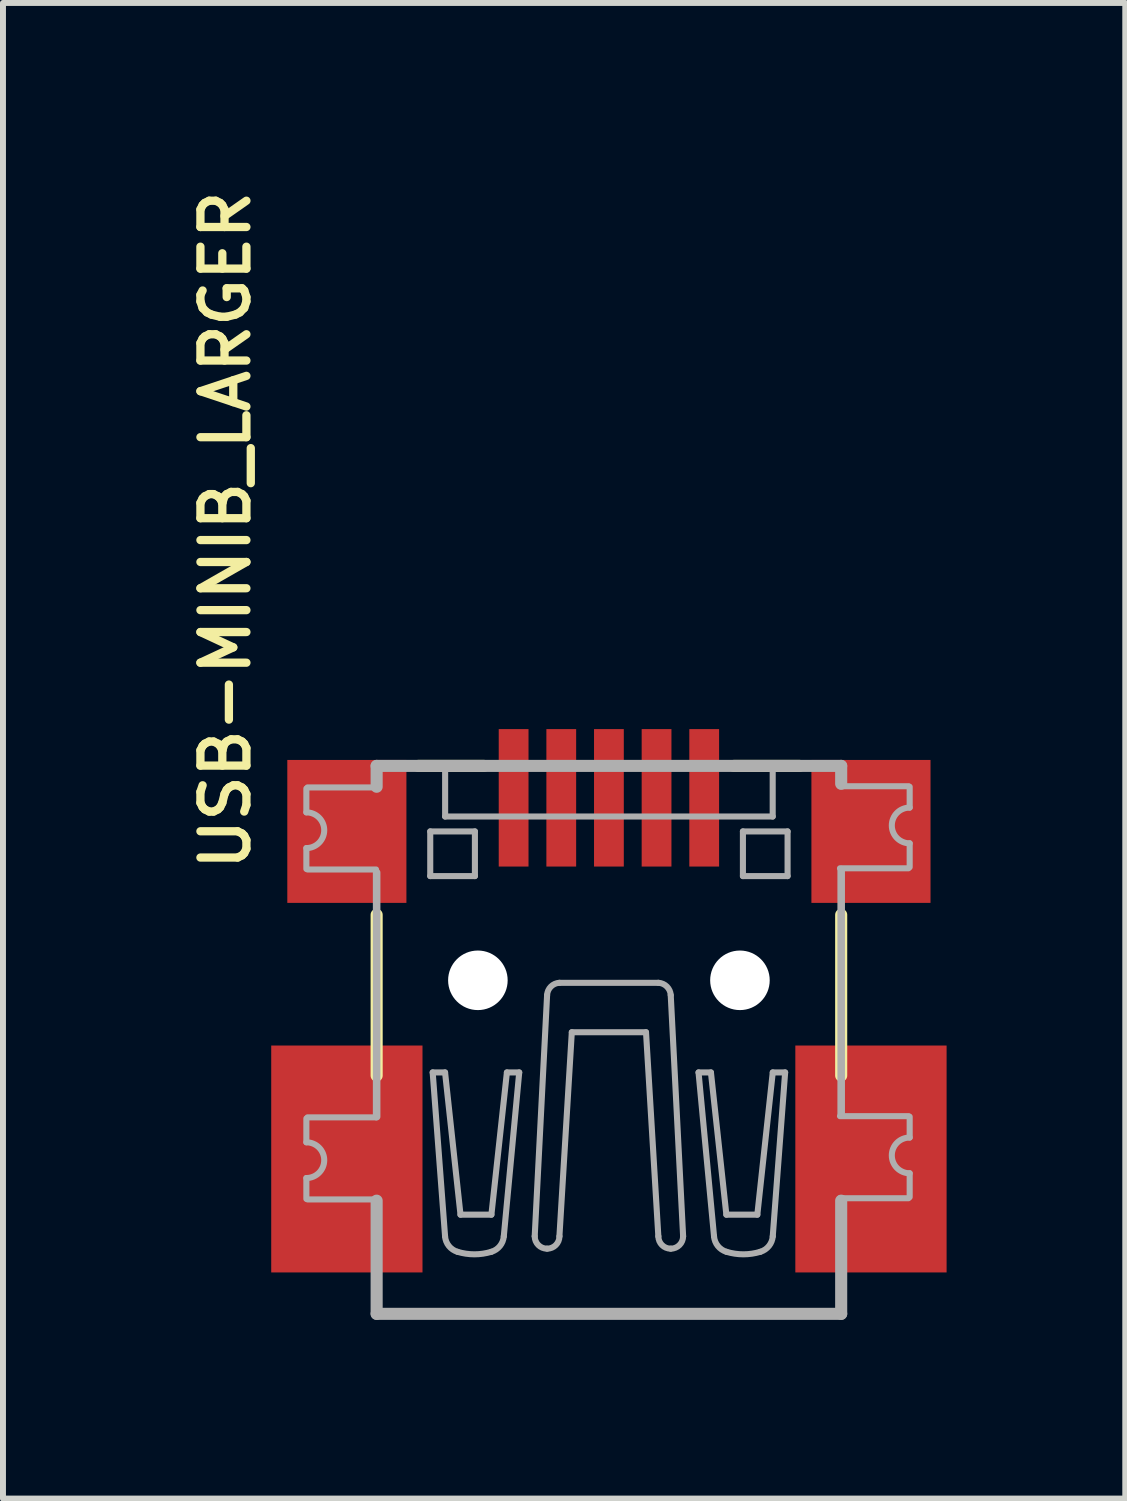
<source format=kicad_pcb>
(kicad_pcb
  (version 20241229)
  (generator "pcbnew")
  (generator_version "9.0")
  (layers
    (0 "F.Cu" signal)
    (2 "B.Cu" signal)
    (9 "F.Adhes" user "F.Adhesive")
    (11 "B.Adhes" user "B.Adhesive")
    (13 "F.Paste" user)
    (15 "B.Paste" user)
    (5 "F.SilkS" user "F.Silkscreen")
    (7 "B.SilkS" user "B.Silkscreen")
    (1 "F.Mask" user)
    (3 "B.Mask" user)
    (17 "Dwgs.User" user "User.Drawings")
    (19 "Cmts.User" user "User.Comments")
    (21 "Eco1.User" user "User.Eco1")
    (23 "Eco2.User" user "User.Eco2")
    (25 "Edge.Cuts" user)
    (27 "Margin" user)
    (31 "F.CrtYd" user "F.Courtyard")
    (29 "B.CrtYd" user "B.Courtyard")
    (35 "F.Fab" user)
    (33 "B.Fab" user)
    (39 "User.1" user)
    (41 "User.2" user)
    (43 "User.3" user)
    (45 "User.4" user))
  (footprint "USB-MINIB_LARGER"
    (layer "F.Cu")
    (at 7.174 14.41)
    (property "Reference" "USB-MINIB_LARGER" (at -5.985 -2.786 90) (layer "F.SilkS") (effects (font (size 0.772 0.772) (thickness 0.139)) (justify left bottom)))
    (attr through_hole)
    (fp_line (start -3.9 0.6) (end -3.9 -2.1) (stroke (width 0.203) (type solid)) (layer "F.SilkS"))
    (fp_line (start -3.2 -4.6) (end -2.1 -4.6) (stroke (width 0.203) (type solid)) (layer "F.SilkS"))
    (fp_line (start 2.1 -4.6) (end 3.2 -4.6) (stroke (width 0.203) (type solid)) (layer "F.SilkS"))
    (fp_line (start 3.9 -2.1) (end 3.9 0.6) (stroke (width 0.203) (type solid)) (layer "F.SilkS"))
    (fp_line (start -5.08 -4.22) (end -5.08 -3.82) (stroke (width 0.102) (type solid)) (layer "F.Fab"))
    (fp_line (start -5.08 -2.87) (end -5.08 -3.22) (stroke (width 0.102) (type solid)) (layer "F.Fab"))
    (fp_line (start -5.08 1.32) (end -5.08 1.72) (stroke (width 0.102) (type solid)) (layer "F.Fab"))
    (fp_line (start -5.08 2.67) (end -5.08 2.32) (stroke (width 0.102) (type solid)) (layer "F.Fab"))
    (fp_line (start -5.06 -4.239) (end -3.91 -4.239) (stroke (width 0.102) (type solid)) (layer "F.Fab"))
    (fp_line (start -5.06 1.301) (end -3.91 1.301) (stroke (width 0.102) (type solid)) (layer "F.Fab"))
    (fp_line (start -3.91 -2.861) (end -5.06 -2.861) (stroke (width 0.102) (type solid)) (layer "F.Fab"))
    (fp_line (start -3.91 2.679) (end -5.06 2.679) (stroke (width 0.102) (type solid)) (layer "F.Fab"))
    (fp_line (start -3.9 -4.6) (end -3.9 -4.25) (stroke (width 0.203) (type solid)) (layer "F.Fab"))
    (fp_line (start -3.9 -4.6) (end 3.9 -4.6) (stroke (width 0.203) (type solid)) (layer "F.Fab"))
    (fp_line (start -3.9 1.29) (end -3.9 -2.81) (stroke (width 0.127) (type solid)) (layer "F.Fab"))
    (fp_line (start -3.9 4.6) (end -3.9 2.7) (stroke (width 0.203) (type solid)) (layer "F.Fab"))
    (fp_line (start -3.9 4.6) (end 3.9 4.6) (stroke (width 0.203) (type solid)) (layer "F.Fab"))
    (fp_line (start -3 -3.5) (end -2.25 -3.5) (stroke (width 0.102) (type solid)) (layer "F.Fab"))
    (fp_line (start -3 -2.75) (end -3 -3.5) (stroke (width 0.102) (type solid)) (layer "F.Fab"))
    (fp_line (start -2.959 0.547) (end -2.751 3.299) (stroke (width 0.102) (type solid)) (layer "F.Fab"))
    (fp_line (start -2.751 0.547) (end -2.959 0.547) (stroke (width 0.102) (type solid)) (layer "F.Fab"))
    (fp_line (start -2.75 -4.5) (end -2.75 -3.75) (stroke (width 0.102) (type solid)) (layer "F.Fab"))
    (fp_line (start -2.75 -3.75) (end 2.75 -3.75) (stroke (width 0.102) (type solid)) (layer "F.Fab"))
    (fp_line (start -2.492 2.935) (end -2.751 0.547) (stroke (width 0.102) (type solid)) (layer "F.Fab"))
    (fp_line (start -2.25 -3.5) (end -2.25 -2.75) (stroke (width 0.102) (type solid)) (layer "F.Fab"))
    (fp_line (start -2.25 -2.75) (end -3 -2.75) (stroke (width 0.102) (type solid)) (layer "F.Fab"))
    (fp_line (start -1.973 2.935) (end -2.492 2.935) (stroke (width 0.102) (type solid)) (layer "F.Fab"))
    (fp_line (start -1.765 3.299) (end -1.506 0.547) (stroke (width 0.102) (type solid)) (layer "F.Fab"))
    (fp_line (start -1.713 0.547) (end -1.973 2.935) (stroke (width 0.102) (type solid)) (layer "F.Fab"))
    (fp_line (start -1.506 0.547) (end -1.713 0.547) (stroke (width 0.102) (type solid)) (layer "F.Fab"))
    (fp_line (start -1.246 3.298) (end -1.038 -0.751) (stroke (width 0.102) (type solid)) (layer "F.Fab"))
    (fp_line (start -0.831 3.299) (end -0.623 -0.128) (stroke (width 0.102) (type solid)) (layer "F.Fab"))
    (fp_line (start 0.623 -0.128) (end -0.623 -0.128) (stroke (width 0.102) (type solid)) (layer "F.Fab"))
    (fp_line (start 0.83 -0.958) (end -0.831 -0.958) (stroke (width 0.102) (type solid)) (layer "F.Fab"))
    (fp_line (start 0.83 3.299) (end 0.623 -0.128) (stroke (width 0.102) (type solid)) (layer "F.Fab"))
    (fp_line (start 1.246 3.298) (end 1.038 -0.751) (stroke (width 0.102) (type solid)) (layer "F.Fab"))
    (fp_line (start 1.505 0.547) (end 1.713 0.547) (stroke (width 0.102) (type solid)) (layer "F.Fab"))
    (fp_line (start 1.713 0.547) (end 1.972 2.935) (stroke (width 0.102) (type solid)) (layer "F.Fab"))
    (fp_line (start 1.765 3.299) (end 1.505 0.547) (stroke (width 0.102) (type solid)) (layer "F.Fab"))
    (fp_line (start 1.972 2.935) (end 2.492 2.935) (stroke (width 0.102) (type solid)) (layer "F.Fab"))
    (fp_line (start 2.25 -3.5) (end 2.25 -2.75) (stroke (width 0.102) (type solid)) (layer "F.Fab"))
    (fp_line (start 2.25 -2.75) (end 3 -2.75) (stroke (width 0.102) (type solid)) (layer "F.Fab"))
    (fp_line (start 2.492 2.935) (end 2.751 0.547) (stroke (width 0.102) (type solid)) (layer "F.Fab"))
    (fp_line (start 2.75 -3.75) (end 2.75 -4.5) (stroke (width 0.102) (type solid)) (layer "F.Fab"))
    (fp_line (start 2.751 0.547) (end 2.959 0.547) (stroke (width 0.102) (type solid)) (layer "F.Fab"))
    (fp_line (start 2.959 0.547) (end 2.751 3.299) (stroke (width 0.102) (type solid)) (layer "F.Fab"))
    (fp_line (start 3 -3.5) (end 2.25 -3.5) (stroke (width 0.102) (type solid)) (layer "F.Fab"))
    (fp_line (start 3 -2.75) (end 3 -3.5) (stroke (width 0.102) (type solid)) (layer "F.Fab"))
    (fp_line (start 3.88 -4.259) (end 5.03 -4.259) (stroke (width 0.102) (type solid)) (layer "F.Fab"))
    (fp_line (start 3.88 1.281) (end 5.03 1.281) (stroke (width 0.102) (type solid)) (layer "F.Fab"))
    (fp_line (start 3.9 -4.6) (end 3.9 -4.3) (stroke (width 0.203) (type solid)) (layer "F.Fab"))
    (fp_line (start 3.9 1.24) (end 3.9 -2.86) (stroke (width 0.127) (type solid)) (layer "F.Fab"))
    (fp_line (start 3.9 4.6) (end 3.9 2.7) (stroke (width 0.203) (type solid)) (layer "F.Fab"))
    (fp_line (start 5.03 -2.881) (end 3.88 -2.881) (stroke (width 0.102) (type solid)) (layer "F.Fab"))
    (fp_line (start 5.03 2.659) (end 3.88 2.659) (stroke (width 0.102) (type solid)) (layer "F.Fab"))
    (fp_line (start 5.05 -4.25) (end 5.05 -3.9) (stroke (width 0.102) (type solid)) (layer "F.Fab"))
    (fp_line (start 5.05 -2.9) (end 5.05 -3.3) (stroke (width 0.102) (type solid)) (layer "F.Fab"))
    (fp_line (start 5.05 1.29) (end 5.05 1.64) (stroke (width 0.102) (type solid)) (layer "F.Fab"))
    (fp_line (start 5.05 2.64) (end 5.05 2.24) (stroke (width 0.102) (type solid)) (layer "F.Fab"))
    (fp_arc (start -5.08 -3.82) (mid -4.78 -3.52) (end -5.08 -3.22) (stroke (width 0.1016) (type solid)) (layer "F.Fab"))
    (fp_arc (start -5.08 1.72) (mid -4.78 2.02) (end -5.08 2.32) (stroke (width 0.1016) (type solid)) (layer "F.Fab"))
    (fp_arc (start -2.5438 3.558) (mid -2.687659 3.460297) (end -2.7514 3.2985) (stroke (width 0.1016) (type solid)) (layer "F.Fab"))
    (fp_arc (start -1.9727 3.558) (mid -2.25825 3.600802) (end -2.5438 3.558) (stroke (width 0.1016) (type solid)) (layer "F.Fab"))
    (fp_arc (start -1.765099 3.298501) (mid -1.828841 3.460298) (end -1.9727 3.558) (stroke (width 0.1016) (type solid)) (layer "F.Fab"))
    (fp_arc (start -1.0383 -0.7508) (mid -0.974176 -0.894346) (end -0.830599 -0.958401) (stroke (width 0.1016) (type solid)) (layer "F.Fab"))
    (fp_arc (start -1.0383 3.5061) (mid -1.185095 3.445295) (end -1.2459 3.2985) (stroke (width 0.1016) (type solid)) (layer "F.Fab"))
    (fp_arc (start -0.8306 3.2985) (mid -0.891405 3.445295) (end -1.0382 3.5061) (stroke (width 0.1016) (type solid)) (layer "F.Fab"))
    (fp_arc (start 0.830398 -0.9584) (mid 0.97395 -0.894321) (end 1.0381 -0.7508) (stroke (width 0.1016) (type solid)) (layer "F.Fab"))
    (fp_arc (start 1.038 3.5061) (mid 0.891205 3.445295) (end 0.8304 3.2985) (stroke (width 0.1016) (type solid)) (layer "F.Fab"))
    (fp_arc (start 1.2457 3.2985) (mid 1.184895 3.445295) (end 1.0381 3.5061) (stroke (width 0.1016) (type solid)) (layer "F.Fab"))
    (fp_arc (start 1.9725 3.558) (mid 1.828641 3.460298) (end 1.764899 3.298501) (stroke (width 0.1016) (type solid)) (layer "F.Fab"))
    (fp_arc (start 2.5436 3.558) (mid 2.25805 3.600802) (end 1.9725 3.558) (stroke (width 0.1016) (type solid)) (layer "F.Fab"))
    (fp_arc (start 2.7512 3.2985) (mid 2.687459 3.460297) (end 2.5436 3.558) (stroke (width 0.1016) (type solid)) (layer "F.Fab"))
    (fp_arc (start 5.05 -3.3) (mid 4.75 -3.6) (end 5.05 -3.9) (stroke (width 0.1016) (type solid)) (layer "F.Fab"))
    (fp_arc (start 5.05 2.24) (mid 4.75 1.94) (end 5.05 1.64) (stroke (width 0.1016) (type solid)) (layer "F.Fab"))
    (pad "" np_thru_hole circle (at -2.2 -1) (size 1 1) (drill 1) (layers "*.Cu" "*.Mask"))
    (pad "" np_thru_hole circle (at 2.2 -1) (size 1 1) (drill 1) (layers "*.Cu" "*.Mask"))
    (pad "D+" smd rect (at 0 -4.064 180) (size 0.5 2.308) (layers "F.Cu" "F.Mask" "F.Paste"))
    (pad "D-" smd rect (at -0.8 -4.064 180) (size 0.5 2.308) (layers "F.Cu" "F.Mask" "F.Paste"))
    (pad "GND" smd rect (at 1.6 -4.064 180) (size 0.5 2.308) (layers "F.Cu" "F.Mask" "F.Paste"))
    (pad "GND1" smd rect (at -4.4 2) (size 2.54 3.81) (layers "F.Cu" "F.Mask" "F.Paste"))
    (pad "GND2" smd rect (at -4.4 -3.5) (size 2 2.4) (layers "F.Cu" "F.Mask" "F.Paste"))
    (pad "GND3" smd rect (at 4.4 -3.5) (size 2 2.4) (layers "F.Cu" "F.Mask" "F.Paste"))
    (pad "GND4" smd rect (at 4.4 2) (size 2.54 3.81) (layers "F.Cu" "F.Mask" "F.Paste"))
    (pad "ID" smd rect (at 0.8 -4.064 180) (size 0.5 2.308) (layers "F.Cu" "F.Mask" "F.Paste"))
    (pad "VBUS" smd rect (at -1.6 -4.064 180) (size 0.5 2.308) (layers "F.Cu" "F.Mask" "F.Paste")))
  (gr_rect
    (start -3 -3)
    (end 15.844 22.112)
    (stroke (width 0.1) (type default))
    (fill no)
    (layer "Edge.Cuts")))
</source>
